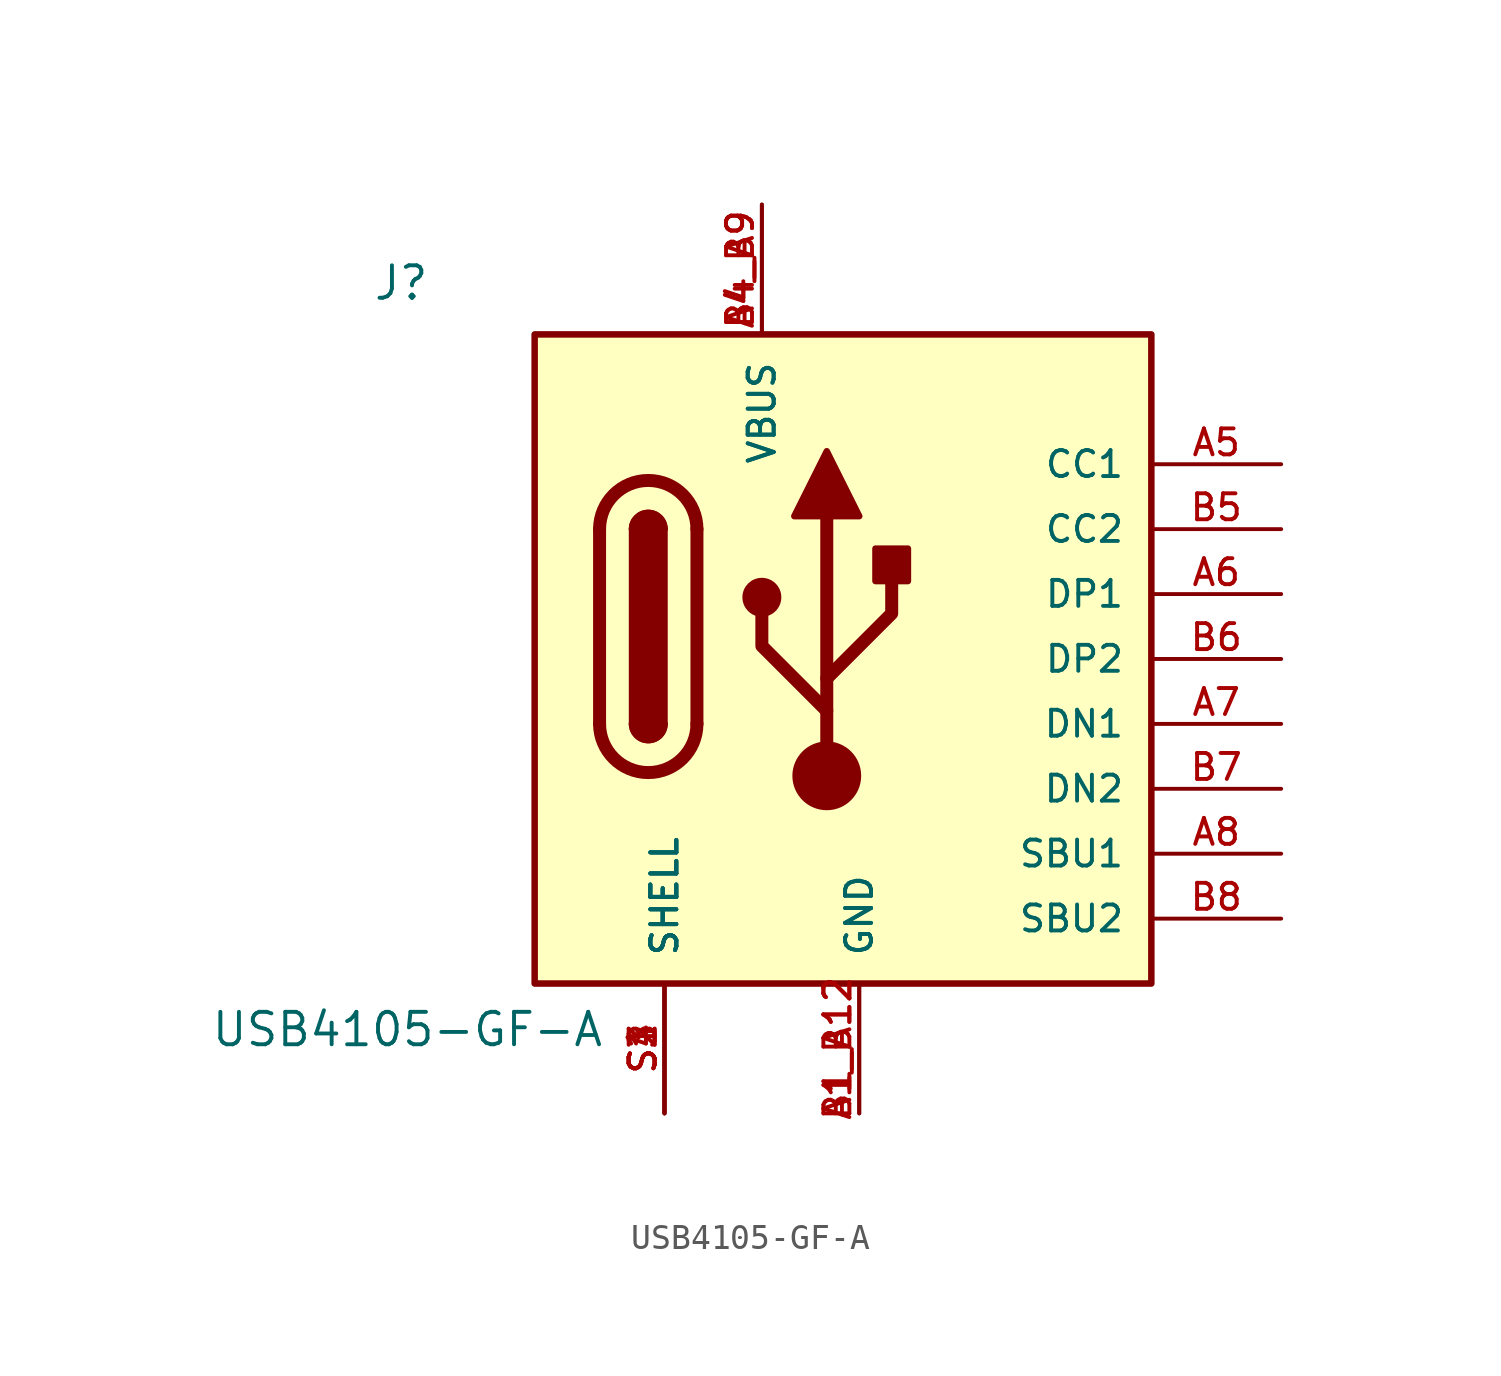
<source format=kicad_sym>
(kicad_symbol_lib
  (version 20210619)
  (generator kicad_symbol_editor)
  (symbol "USB4105-GF-A:USB4105-GF-A"
    (pin_names
      (offset 1.016))
    (property "Reference" "J"
      (at -15.24 13.97 0)
      (effects (font (size 1.27 1.27)) (justify left bottom)))
    (property "Value" "USB4105-GF-A"
      (at -21.59 -15.24 0)
      (effects (font (size 1.27 1.27)) (justify left bottom)))
    (symbol "USB4105-GF-A_0_0"
      (rectangle (start -8.89 12.7) (end 15.24 -12.7) (stroke (width 0.254)) (fill (type background)))
      (pin power_in line (at 3.81 -17.78 90) (length 5.08) (name "GND" (effects (font (size 1.016 1.016)))) (number "A1_B12" (effects (font (size 1.016 1.016)))))
      (pin power_in line (at 0 17.78 270) (length 5.08) (name "VBUS" (effects (font (size 1.016 1.016)))) (number "A4_B9" (effects (font (size 1.016 1.016)))))
      (pin bidirectional line (at 20.32 7.62 180) (length 5.08) (name "CC1" (effects (font (size 1.016 1.016)))) (number "A5" (effects (font (size 1.016 1.016)))))
      (pin bidirectional line (at 20.32 2.54 180) (length 5.08) (name "DP1" (effects (font (size 1.016 1.016)))) (number "A6" (effects (font (size 1.016 1.016)))))
      (pin bidirectional line (at 20.32 -2.54 180) (length 5.08) (name "DN1" (effects (font (size 1.016 1.016)))) (number "A7" (effects (font (size 1.016 1.016)))))
      (pin bidirectional line (at 20.32 -7.62 180) (length 5.08) (name "SBU1" (effects (font (size 1.016 1.016)))) (number "A8" (effects (font (size 1.016 1.016)))))
      (pin power_in line (at 3.81 -17.78 90) (length 5.08) (name "GND" (effects (font (size 1.016 1.016)))) (number "B1_A12" (effects (font (size 1.016 1.016)))))
      (pin power_in line (at 0 17.78 270) (length 5.08) (name "VBUS" (effects (font (size 1.016 1.016)))) (number "B4_A9" (effects (font (size 1.016 1.016)))))
      (pin bidirectional line (at 20.32 5.08 180) (length 5.08) (name "CC2" (effects (font (size 1.016 1.016)))) (number "B5" (effects (font (size 1.016 1.016)))))
      (pin bidirectional line (at 20.32 0 180) (length 5.08) (name "DP2" (effects (font (size 1.016 1.016)))) (number "B6" (effects (font (size 1.016 1.016)))))
      (pin bidirectional line (at 20.32 -5.08 180) (length 5.08) (name "DN2" (effects (font (size 1.016 1.016)))) (number "B7" (effects (font (size 1.016 1.016)))))
      (pin bidirectional line (at 20.32 -10.16 180) (length 5.08) (name "SBU2" (effects (font (size 1.016 1.016)))) (number "B8" (effects (font (size 1.016 1.016)))))
      (pin power_in line (at -3.81 -17.78 90) (length 5.08) (name "SHELL" (effects (font (size 1.016 1.016)))) (number "S1" (effects (font (size 1.016 1.016)))))
      (pin power_in line (at -3.81 -17.78 90) (length 5.08) (name "SHELL" (effects (font (size 1.016 1.016)))) (number "S2" (effects (font (size 1.016 1.016)))))
      (pin power_in line (at -3.81 -17.78 90) (length 5.08) (name "SHELL" (effects (font (size 1.016 1.016)))) (number "S3" (effects (font (size 1.016 1.016)))))
      (pin power_in line (at -3.81 -17.78 90) (length 5.08) (name "SHELL" (effects (font (size 1.016 1.016)))) (number "S4" (effects (font (size 1.016 1.016))))))
    (symbol "USB4105-GF-A_0_1"
      (arc (start -6.35 -2.54) (end -2.54 -2.54) (radius (at -4.445 -2.54) (length 1.905) (angles -179.9 -0.1)) (stroke (width 0.508)) (fill (type none)))
      (arc (start -5.08 -2.54) (end -3.81 -2.54) (radius (at -4.445 -2.54) (length 0.635) (angles -179.9 -0.1)) (stroke (width 0.254)) (fill (type none)))
      (arc (start -3.81 5.08) (end -5.08 5.08) (radius (at -4.445 5.08) (length 0.635) (angles 0.1 179.9)) (stroke (width 0.254)) (fill (type none)))
      (arc (start -2.54 5.08) (end -6.35 5.08) (radius (at -4.445 5.08) (length 1.905) (angles 0.1 179.9)) (stroke (width 0.508)) (fill (type none)))
      (arc (start -5.08 -2.54) (end -3.81 -2.54) (radius (at -4.445 -2.54) (length 0.635) (angles -179.9 -0.1)) (stroke (width 0.254)) (fill (type outline)))
      (arc (start -3.81 5.08) (end -5.08 5.08) (radius (at -4.445 5.08) (length 0.635) (angles 0.1 179.9)) (stroke (width 0.254)) (fill (type outline)))
      (circle (center 0 2.413) (radius 0.635) (stroke (width 0.254)) (fill (type outline)))
      (circle (center 2.54 -4.572) (radius 1.27) (stroke (width 0)) (fill (type outline)))
      (rectangle (start -5.08 -2.54) (end -3.81 5.08) (stroke (width 0.254)) (fill (type outline)))
      (rectangle (start 4.445 3.048) (end 5.715 4.318) (stroke (width 0.254)) (fill (type outline)))
      (polyline (pts (xy -6.35 -2.54) (xy -6.35 5.08)) (stroke (width 0.508)) (fill (type none)))
      (polyline (pts (xy -2.54 5.08) (xy -2.54 -2.54)) (stroke (width 0.508)) (fill (type none)))
      (polyline (pts (xy 2.54 -4.572) (xy 2.54 5.588)) (stroke (width 0.508)) (fill (type none)))
      (polyline (pts (xy 2.54 -2.032) (xy 0 0.508) (xy 0 1.778)) (stroke (width 0.508)) (fill (type none)))
      (polyline (pts (xy 2.54 -0.762) (xy 5.08 1.778) (xy 5.08 3.048)) (stroke (width 0.508)) (fill (type none)))
      (polyline (pts (xy 1.27 5.588) (xy 2.54 8.128) (xy 3.81 5.588) (xy 1.27 5.588)) (stroke (width 0.254)) (fill (type outline))))))
</source>
